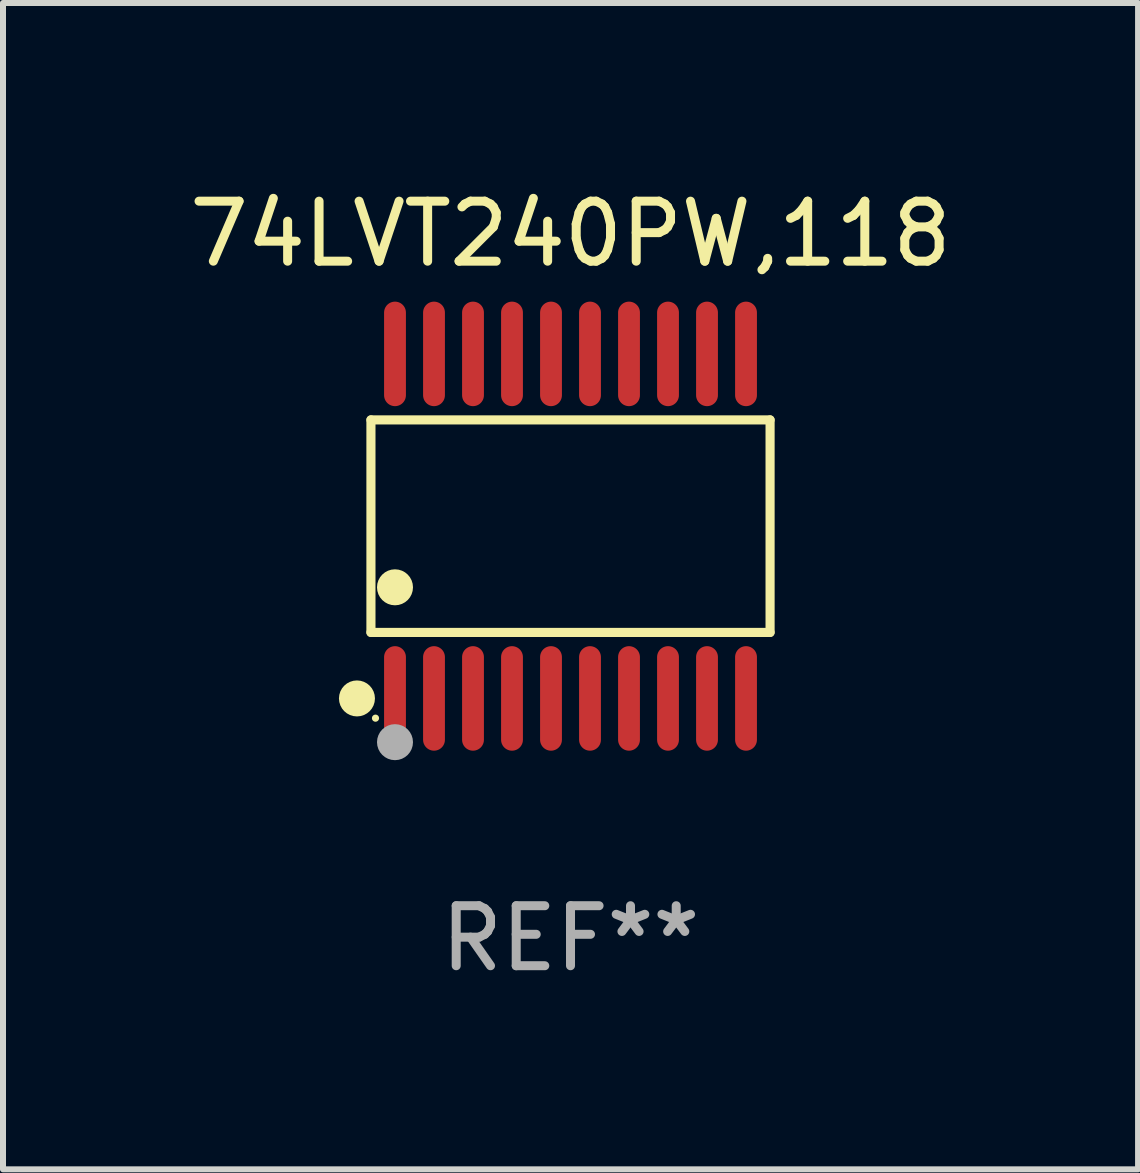
<source format=kicad_pcb>
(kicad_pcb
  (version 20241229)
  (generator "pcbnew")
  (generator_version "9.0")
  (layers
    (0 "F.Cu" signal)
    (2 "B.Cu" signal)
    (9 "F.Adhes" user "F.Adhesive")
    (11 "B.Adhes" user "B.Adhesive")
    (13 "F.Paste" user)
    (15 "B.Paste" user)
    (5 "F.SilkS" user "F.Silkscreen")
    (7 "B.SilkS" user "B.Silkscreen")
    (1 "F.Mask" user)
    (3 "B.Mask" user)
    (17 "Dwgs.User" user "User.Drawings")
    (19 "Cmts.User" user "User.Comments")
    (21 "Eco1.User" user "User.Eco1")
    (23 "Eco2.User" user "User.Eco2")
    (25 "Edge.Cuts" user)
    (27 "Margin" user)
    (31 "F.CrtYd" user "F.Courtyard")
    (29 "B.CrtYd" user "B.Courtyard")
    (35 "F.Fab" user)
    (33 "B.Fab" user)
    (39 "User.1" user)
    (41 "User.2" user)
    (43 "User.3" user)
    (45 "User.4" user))
  (footprint "74LVT240PW,118"
    (layer "F.Cu")
    (at 6.458 5.719)
    (property "Reference" "74LVT240PW,118" (at 0 -4.871 0) (layer "F.SilkS") (effects (font (size 1 1) (thickness 0.15))))
    (attr through_hole)
    (fp_line (start -3.326 -1.771) (end 3.326 -1.771) (stroke (width 0.152) (type solid)) (layer "F.SilkS"))
    (fp_line (start -3.326 1.771) (end -3.326 -1.771) (stroke (width 0.152) (type solid)) (layer "F.SilkS"))
    (fp_line (start 3.326 -1.771) (end 3.326 1.771) (stroke (width 0.152) (type solid)) (layer "F.SilkS"))
    (fp_line (start 3.326 1.771) (end -3.326 1.771) (stroke (width 0.152) (type solid)) (layer "F.SilkS"))
    (fp_circle (center -3.559 2.871) (end -3.409 2.871) (stroke (width 0.3) (type solid)) (fill no) (layer "F.SilkS"))
    (fp_circle (center -3.25 3.2) (end -3.22 3.2) (stroke (width 0.06) (type solid)) (fill no) (layer "F.SilkS"))
    (fp_circle (center -2.925 1.019) (end -2.775 1.019) (stroke (width 0.3) (type solid)) (fill no) (layer "F.SilkS"))
    (fp_circle (center -2.925 3.6) (end -2.775 3.6) (stroke (width 0.3) (type solid)) (fill no) (layer "F.Fab"))
    (fp_text user "REF**" (at 0 6.871 0) (layer "F.Fab") (effects (font (size 1 1) (thickness 0.15))))
    (pad "1" smd oval (at -2.925 2.871) (size 0.364 1.742) (layers "F.Cu" "F.Mask" "F.Paste"))
    (pad "2" smd oval (at -2.275 2.871) (size 0.364 1.742) (layers "F.Cu" "F.Mask" "F.Paste"))
    (pad "3" smd oval (at -1.625 2.871) (size 0.364 1.742) (layers "F.Cu" "F.Mask" "F.Paste"))
    (pad "4" smd oval (at -0.975 2.871) (size 0.364 1.742) (layers "F.Cu" "F.Mask" "F.Paste"))
    (pad "5" smd oval (at -0.325 2.871) (size 0.364 1.742) (layers "F.Cu" "F.Mask" "F.Paste"))
    (pad "6" smd oval (at 0.325 2.871) (size 0.364 1.742) (layers "F.Cu" "F.Mask" "F.Paste"))
    (pad "7" smd oval (at 0.975 2.871) (size 0.364 1.742) (layers "F.Cu" "F.Mask" "F.Paste"))
    (pad "8" smd oval (at 1.625 2.871) (size 0.364 1.742) (layers "F.Cu" "F.Mask" "F.Paste"))
    (pad "9" smd oval (at 2.275 2.871) (size 0.364 1.742) (layers "F.Cu" "F.Mask" "F.Paste"))
    (pad "10" smd oval (at 2.925 2.871) (size 0.364 1.742) (layers "F.Cu" "F.Mask" "F.Paste"))
    (pad "11" smd oval (at 2.925 -2.871) (size 0.364 1.742) (layers "F.Cu" "F.Mask" "F.Paste"))
    (pad "12" smd oval (at 2.275 -2.871) (size 0.364 1.742) (layers "F.Cu" "F.Mask" "F.Paste"))
    (pad "13" smd oval (at 1.625 -2.871) (size 0.364 1.742) (layers "F.Cu" "F.Mask" "F.Paste"))
    (pad "14" smd oval (at 0.975 -2.871) (size 0.364 1.742) (layers "F.Cu" "F.Mask" "F.Paste"))
    (pad "15" smd oval (at 0.325 -2.871) (size 0.364 1.742) (layers "F.Cu" "F.Mask" "F.Paste"))
    (pad "16" smd oval (at -0.325 -2.871) (size 0.364 1.742) (layers "F.Cu" "F.Mask" "F.Paste"))
    (pad "17" smd oval (at -0.975 -2.871) (size 0.364 1.742) (layers "F.Cu" "F.Mask" "F.Paste"))
    (pad "18" smd oval (at -1.625 -2.871) (size 0.364 1.742) (layers "F.Cu" "F.Mask" "F.Paste"))
    (pad "19" smd oval (at -2.275 -2.871) (size 0.364 1.742) (layers "F.Cu" "F.Mask" "F.Paste"))
    (pad "20" smd oval (at -2.925 -2.871) (size 0.364 1.742) (layers "F.Cu" "F.Mask" "F.Paste")))
  (gr_rect
    (start -3 -3)
    (end 15.917 16.438)
    (stroke (width 0.1) (type default))
    (fill no)
    (layer "Edge.Cuts")))
</source>
